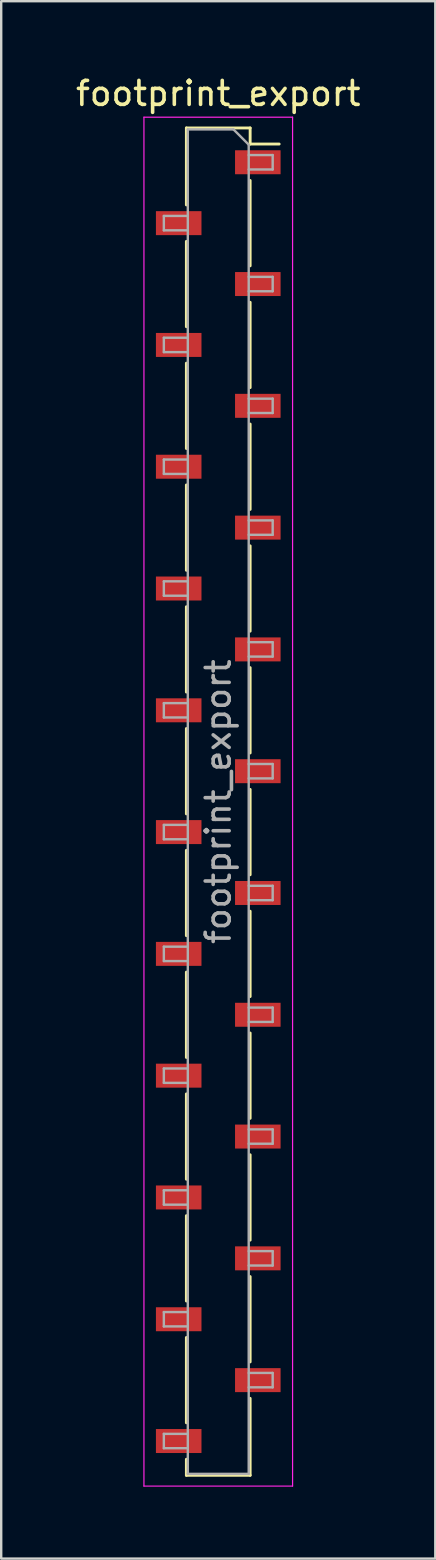
<source format=kicad_pcb>
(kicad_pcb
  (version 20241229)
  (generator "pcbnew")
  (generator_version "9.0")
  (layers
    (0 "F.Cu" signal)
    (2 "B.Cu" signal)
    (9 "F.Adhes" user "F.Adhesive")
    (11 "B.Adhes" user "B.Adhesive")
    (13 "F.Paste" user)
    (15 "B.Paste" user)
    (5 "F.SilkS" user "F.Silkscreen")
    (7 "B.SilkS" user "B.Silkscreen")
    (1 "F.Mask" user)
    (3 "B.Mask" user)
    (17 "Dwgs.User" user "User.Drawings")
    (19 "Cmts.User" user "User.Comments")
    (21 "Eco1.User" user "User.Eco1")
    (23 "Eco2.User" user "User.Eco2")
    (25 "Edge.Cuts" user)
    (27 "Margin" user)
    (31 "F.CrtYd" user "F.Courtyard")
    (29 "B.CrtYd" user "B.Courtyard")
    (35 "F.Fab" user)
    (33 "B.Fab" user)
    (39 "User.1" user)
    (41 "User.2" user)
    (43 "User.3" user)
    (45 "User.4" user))
  (footprint "footprint_export"
    (layer "F.Cu")
    (at 6.054 30.388)
    (property "Reference" "footprint_export" (at 0 -29.54 0) (layer "F.SilkS") (effects (font (size 1 1) (thickness 0.15))))
    (attr smd)
    (fp_line (start -1.33 -28.1) (end -1.33 -24.89) (stroke (width 0.12) (type solid)) (layer "F.SilkS"))
    (fp_line (start -1.33 -28.1) (end 1.33 -28.1) (stroke (width 0.12) (type solid)) (layer "F.SilkS"))
    (fp_line (start -1.33 -23.37) (end -1.33 -19.81) (stroke (width 0.12) (type solid)) (layer "F.SilkS"))
    (fp_line (start -1.33 -18.29) (end -1.33 -14.73) (stroke (width 0.12) (type solid)) (layer "F.SilkS"))
    (fp_line (start -1.33 -13.21) (end -1.33 -9.65) (stroke (width 0.12) (type solid)) (layer "F.SilkS"))
    (fp_line (start -1.33 -8.13) (end -1.33 -4.57) (stroke (width 0.12) (type solid)) (layer "F.SilkS"))
    (fp_line (start -1.33 -3.05) (end -1.33 0.51) (stroke (width 0.12) (type solid)) (layer "F.SilkS"))
    (fp_line (start -1.33 2.03) (end -1.33 5.59) (stroke (width 0.12) (type solid)) (layer "F.SilkS"))
    (fp_line (start -1.33 7.11) (end -1.33 10.67) (stroke (width 0.12) (type solid)) (layer "F.SilkS"))
    (fp_line (start -1.33 12.19) (end -1.33 15.75) (stroke (width 0.12) (type solid)) (layer "F.SilkS"))
    (fp_line (start -1.33 17.27) (end -1.33 20.83) (stroke (width 0.12) (type solid)) (layer "F.SilkS"))
    (fp_line (start -1.33 22.35) (end -1.33 25.91) (stroke (width 0.12) (type solid)) (layer "F.SilkS"))
    (fp_line (start -1.33 27.43) (end -1.33 28.1) (stroke (width 0.12) (type solid)) (layer "F.SilkS"))
    (fp_line (start -1.33 28.1) (end 1.33 28.1) (stroke (width 0.12) (type solid)) (layer "F.SilkS"))
    (fp_line (start 1.33 -28.1) (end 1.33 -27.43) (stroke (width 0.12) (type solid)) (layer "F.SilkS"))
    (fp_line (start 1.33 -27.43) (end 2.54 -27.43) (stroke (width 0.12) (type solid)) (layer "F.SilkS"))
    (fp_line (start 1.33 -25.91) (end 1.33 -22.35) (stroke (width 0.12) (type solid)) (layer "F.SilkS"))
    (fp_line (start 1.33 -20.83) (end 1.33 -17.27) (stroke (width 0.12) (type solid)) (layer "F.SilkS"))
    (fp_line (start 1.33 -15.75) (end 1.33 -12.19) (stroke (width 0.12) (type solid)) (layer "F.SilkS"))
    (fp_line (start 1.33 -10.67) (end 1.33 -7.11) (stroke (width 0.12) (type solid)) (layer "F.SilkS"))
    (fp_line (start 1.33 -5.59) (end 1.33 -2.03) (stroke (width 0.12) (type solid)) (layer "F.SilkS"))
    (fp_line (start 1.33 -0.51) (end 1.33 3.05) (stroke (width 0.12) (type solid)) (layer "F.SilkS"))
    (fp_line (start 1.33 4.57) (end 1.33 8.13) (stroke (width 0.12) (type solid)) (layer "F.SilkS"))
    (fp_line (start 1.33 9.65) (end 1.33 13.21) (stroke (width 0.12) (type solid)) (layer "F.SilkS"))
    (fp_line (start 1.33 14.73) (end 1.33 18.29) (stroke (width 0.12) (type solid)) (layer "F.SilkS"))
    (fp_line (start 1.33 19.81) (end 1.33 23.37) (stroke (width 0.12) (type solid)) (layer "F.SilkS"))
    (fp_line (start 1.33 24.89) (end 1.33 28.1) (stroke (width 0.12) (type solid)) (layer "F.SilkS"))
    (fp_line (start -3.1 -28.55) (end 3.1 -28.55) (stroke (width 0.05) (type solid)) (layer "F.CrtYd"))
    (fp_line (start -3.1 28.55) (end -3.1 -28.55) (stroke (width 0.05) (type solid)) (layer "F.CrtYd"))
    (fp_line (start 3.1 -28.55) (end 3.1 28.55) (stroke (width 0.05) (type solid)) (layer "F.CrtYd"))
    (fp_line (start 3.1 28.55) (end -3.1 28.55) (stroke (width 0.05) (type solid)) (layer "F.CrtYd"))
    (fp_line (start -2.27 -24.43) (end -1.27 -24.43) (stroke (width 0.1) (type solid)) (layer "F.Fab"))
    (fp_line (start -2.27 -23.83) (end -2.27 -24.43) (stroke (width 0.1) (type solid)) (layer "F.Fab"))
    (fp_line (start -2.27 -19.35) (end -1.27 -19.35) (stroke (width 0.1) (type solid)) (layer "F.Fab"))
    (fp_line (start -2.27 -18.75) (end -2.27 -19.35) (stroke (width 0.1) (type solid)) (layer "F.Fab"))
    (fp_line (start -2.27 -14.27) (end -1.27 -14.27) (stroke (width 0.1) (type solid)) (layer "F.Fab"))
    (fp_line (start -2.27 -13.67) (end -2.27 -14.27) (stroke (width 0.1) (type solid)) (layer "F.Fab"))
    (fp_line (start -2.27 -9.19) (end -1.27 -9.19) (stroke (width 0.1) (type solid)) (layer "F.Fab"))
    (fp_line (start -2.27 -8.59) (end -2.27 -9.19) (stroke (width 0.1) (type solid)) (layer "F.Fab"))
    (fp_line (start -2.27 -4.11) (end -1.27 -4.11) (stroke (width 0.1) (type solid)) (layer "F.Fab"))
    (fp_line (start -2.27 -3.51) (end -2.27 -4.11) (stroke (width 0.1) (type solid)) (layer "F.Fab"))
    (fp_line (start -2.27 0.97) (end -1.27 0.97) (stroke (width 0.1) (type solid)) (layer "F.Fab"))
    (fp_line (start -2.27 1.57) (end -2.27 0.97) (stroke (width 0.1) (type solid)) (layer "F.Fab"))
    (fp_line (start -2.27 6.05) (end -1.27 6.05) (stroke (width 0.1) (type solid)) (layer "F.Fab"))
    (fp_line (start -2.27 6.65) (end -2.27 6.05) (stroke (width 0.1) (type solid)) (layer "F.Fab"))
    (fp_line (start -2.27 11.13) (end -1.27 11.13) (stroke (width 0.1) (type solid)) (layer "F.Fab"))
    (fp_line (start -2.27 11.73) (end -2.27 11.13) (stroke (width 0.1) (type solid)) (layer "F.Fab"))
    (fp_line (start -2.27 16.21) (end -1.27 16.21) (stroke (width 0.1) (type solid)) (layer "F.Fab"))
    (fp_line (start -2.27 16.81) (end -2.27 16.21) (stroke (width 0.1) (type solid)) (layer "F.Fab"))
    (fp_line (start -2.27 21.29) (end -1.27 21.29) (stroke (width 0.1) (type solid)) (layer "F.Fab"))
    (fp_line (start -2.27 21.89) (end -2.27 21.29) (stroke (width 0.1) (type solid)) (layer "F.Fab"))
    (fp_line (start -2.27 26.37) (end -1.27 26.37) (stroke (width 0.1) (type solid)) (layer "F.Fab"))
    (fp_line (start -2.27 26.97) (end -2.27 26.37) (stroke (width 0.1) (type solid)) (layer "F.Fab"))
    (fp_line (start -1.27 -28.04) (end 0.635 -28.04) (stroke (width 0.1) (type solid)) (layer "F.Fab"))
    (fp_line (start -1.27 -23.83) (end -2.27 -23.83) (stroke (width 0.1) (type solid)) (layer "F.Fab"))
    (fp_line (start -1.27 -18.75) (end -2.27 -18.75) (stroke (width 0.1) (type solid)) (layer "F.Fab"))
    (fp_line (start -1.27 -13.67) (end -2.27 -13.67) (stroke (width 0.1) (type solid)) (layer "F.Fab"))
    (fp_line (start -1.27 -8.59) (end -2.27 -8.59) (stroke (width 0.1) (type solid)) (layer "F.Fab"))
    (fp_line (start -1.27 -3.51) (end -2.27 -3.51) (stroke (width 0.1) (type solid)) (layer "F.Fab"))
    (fp_line (start -1.27 1.57) (end -2.27 1.57) (stroke (width 0.1) (type solid)) (layer "F.Fab"))
    (fp_line (start -1.27 6.65) (end -2.27 6.65) (stroke (width 0.1) (type solid)) (layer "F.Fab"))
    (fp_line (start -1.27 11.73) (end -2.27 11.73) (stroke (width 0.1) (type solid)) (layer "F.Fab"))
    (fp_line (start -1.27 16.81) (end -2.27 16.81) (stroke (width 0.1) (type solid)) (layer "F.Fab"))
    (fp_line (start -1.27 21.89) (end -2.27 21.89) (stroke (width 0.1) (type solid)) (layer "F.Fab"))
    (fp_line (start -1.27 26.97) (end -2.27 26.97) (stroke (width 0.1) (type solid)) (layer "F.Fab"))
    (fp_line (start -1.27 28.04) (end -1.27 -28.04) (stroke (width 0.1) (type solid)) (layer "F.Fab"))
    (fp_line (start 0.635 -28.04) (end 1.27 -27.405) (stroke (width 0.1) (type solid)) (layer "F.Fab"))
    (fp_line (start 1.27 -27.405) (end 1.27 28.04) (stroke (width 0.1) (type solid)) (layer "F.Fab"))
    (fp_line (start 1.27 -26.97) (end 2.27 -26.97) (stroke (width 0.1) (type solid)) (layer "F.Fab"))
    (fp_line (start 1.27 -21.89) (end 2.27 -21.89) (stroke (width 0.1) (type solid)) (layer "F.Fab"))
    (fp_line (start 1.27 -16.81) (end 2.27 -16.81) (stroke (width 0.1) (type solid)) (layer "F.Fab"))
    (fp_line (start 1.27 -11.73) (end 2.27 -11.73) (stroke (width 0.1) (type solid)) (layer "F.Fab"))
    (fp_line (start 1.27 -6.65) (end 2.27 -6.65) (stroke (width 0.1) (type solid)) (layer "F.Fab"))
    (fp_line (start 1.27 -1.57) (end 2.27 -1.57) (stroke (width 0.1) (type solid)) (layer "F.Fab"))
    (fp_line (start 1.27 3.51) (end 2.27 3.51) (stroke (width 0.1) (type solid)) (layer "F.Fab"))
    (fp_line (start 1.27 8.59) (end 2.27 8.59) (stroke (width 0.1) (type solid)) (layer "F.Fab"))
    (fp_line (start 1.27 13.67) (end 2.27 13.67) (stroke (width 0.1) (type solid)) (layer "F.Fab"))
    (fp_line (start 1.27 18.75) (end 2.27 18.75) (stroke (width 0.1) (type solid)) (layer "F.Fab"))
    (fp_line (start 1.27 23.83) (end 2.27 23.83) (stroke (width 0.1) (type solid)) (layer "F.Fab"))
    (fp_line (start 1.27 28.04) (end -1.27 28.04) (stroke (width 0.1) (type solid)) (layer "F.Fab"))
    (fp_line (start 2.27 -26.97) (end 2.27 -26.37) (stroke (width 0.1) (type solid)) (layer "F.Fab"))
    (fp_line (start 2.27 -26.37) (end 1.27 -26.37) (stroke (width 0.1) (type solid)) (layer "F.Fab"))
    (fp_line (start 2.27 -21.89) (end 2.27 -21.29) (stroke (width 0.1) (type solid)) (layer "F.Fab"))
    (fp_line (start 2.27 -21.29) (end 1.27 -21.29) (stroke (width 0.1) (type solid)) (layer "F.Fab"))
    (fp_line (start 2.27 -16.81) (end 2.27 -16.21) (stroke (width 0.1) (type solid)) (layer "F.Fab"))
    (fp_line (start 2.27 -16.21) (end 1.27 -16.21) (stroke (width 0.1) (type solid)) (layer "F.Fab"))
    (fp_line (start 2.27 -11.73) (end 2.27 -11.13) (stroke (width 0.1) (type solid)) (layer "F.Fab"))
    (fp_line (start 2.27 -11.13) (end 1.27 -11.13) (stroke (width 0.1) (type solid)) (layer "F.Fab"))
    (fp_line (start 2.27 -6.65) (end 2.27 -6.05) (stroke (width 0.1) (type solid)) (layer "F.Fab"))
    (fp_line (start 2.27 -6.05) (end 1.27 -6.05) (stroke (width 0.1) (type solid)) (layer "F.Fab"))
    (fp_line (start 2.27 -1.57) (end 2.27 -0.97) (stroke (width 0.1) (type solid)) (layer "F.Fab"))
    (fp_line (start 2.27 -0.97) (end 1.27 -0.97) (stroke (width 0.1) (type solid)) (layer "F.Fab"))
    (fp_line (start 2.27 3.51) (end 2.27 4.11) (stroke (width 0.1) (type solid)) (layer "F.Fab"))
    (fp_line (start 2.27 4.11) (end 1.27 4.11) (stroke (width 0.1) (type solid)) (layer "F.Fab"))
    (fp_line (start 2.27 8.59) (end 2.27 9.19) (stroke (width 0.1) (type solid)) (layer "F.Fab"))
    (fp_line (start 2.27 9.19) (end 1.27 9.19) (stroke (width 0.1) (type solid)) (layer "F.Fab"))
    (fp_line (start 2.27 13.67) (end 2.27 14.27) (stroke (width 0.1) (type solid)) (layer "F.Fab"))
    (fp_line (start 2.27 14.27) (end 1.27 14.27) (stroke (width 0.1) (type solid)) (layer "F.Fab"))
    (fp_line (start 2.27 18.75) (end 2.27 19.35) (stroke (width 0.1) (type solid)) (layer "F.Fab"))
    (fp_line (start 2.27 19.35) (end 1.27 19.35) (stroke (width 0.1) (type solid)) (layer "F.Fab"))
    (fp_line (start 2.27 23.83) (end 2.27 24.43) (stroke (width 0.1) (type solid)) (layer "F.Fab"))
    (fp_line (start 2.27 24.43) (end 1.27 24.43) (stroke (width 0.1) (type solid)) (layer "F.Fab"))
    (fp_text user "${REFERENCE}" (at 0 0 90) (layer "F.Fab") (effects (font (size 1 1) (thickness 0.15))))
    (pad "1" smd rect (at 1.65 -26.67) (size 1.9 1) (layers "F.Cu" "F.Mask" "F.Paste"))
    (pad "2" smd rect (at -1.65 -24.13) (size 1.9 1) (layers "F.Cu" "F.Mask" "F.Paste"))
    (pad "3" smd rect (at 1.65 -21.59) (size 1.9 1) (layers "F.Cu" "F.Mask" "F.Paste"))
    (pad "4" smd rect (at -1.65 -19.05) (size 1.9 1) (layers "F.Cu" "F.Mask" "F.Paste"))
    (pad "5" smd rect (at 1.65 -16.51) (size 1.9 1) (layers "F.Cu" "F.Mask" "F.Paste"))
    (pad "6" smd rect (at -1.65 -13.97) (size 1.9 1) (layers "F.Cu" "F.Mask" "F.Paste"))
    (pad "7" smd rect (at 1.65 -11.43) (size 1.9 1) (layers "F.Cu" "F.Mask" "F.Paste"))
    (pad "8" smd rect (at -1.65 -8.89) (size 1.9 1) (layers "F.Cu" "F.Mask" "F.Paste"))
    (pad "9" smd rect (at 1.65 -6.35) (size 1.9 1) (layers "F.Cu" "F.Mask" "F.Paste"))
    (pad "10" smd rect (at -1.65 -3.81) (size 1.9 1) (layers "F.Cu" "F.Mask" "F.Paste"))
    (pad "11" smd rect (at 1.65 -1.27) (size 1.9 1) (layers "F.Cu" "F.Mask" "F.Paste"))
    (pad "12" smd rect (at -1.65 1.27) (size 1.9 1) (layers "F.Cu" "F.Mask" "F.Paste"))
    (pad "13" smd rect (at 1.65 3.81) (size 1.9 1) (layers "F.Cu" "F.Mask" "F.Paste"))
    (pad "14" smd rect (at -1.65 6.35) (size 1.9 1) (layers "F.Cu" "F.Mask" "F.Paste"))
    (pad "15" smd rect (at 1.65 8.89) (size 1.9 1) (layers "F.Cu" "F.Mask" "F.Paste"))
    (pad "16" smd rect (at -1.65 11.43) (size 1.9 1) (layers "F.Cu" "F.Mask" "F.Paste"))
    (pad "17" smd rect (at 1.65 13.97) (size 1.9 1) (layers "F.Cu" "F.Mask" "F.Paste"))
    (pad "18" smd rect (at -1.65 16.51) (size 1.9 1) (layers "F.Cu" "F.Mask" "F.Paste"))
    (pad "19" smd rect (at 1.65 19.05) (size 1.9 1) (layers "F.Cu" "F.Mask" "F.Paste"))
    (pad "20" smd rect (at -1.65 21.59) (size 1.9 1) (layers "F.Cu" "F.Mask" "F.Paste"))
    (pad "21" smd rect (at 1.65 24.13) (size 1.9 1) (layers "F.Cu" "F.Mask" "F.Paste"))
    (pad "22" smd rect (at -1.65 26.67) (size 1.9 1) (layers "F.Cu" "F.Mask" "F.Paste")))
  (gr_rect
    (start -3 -3)
    (end 15.107 61.963)
    (stroke (width 0.1) (type default))
    (fill no)
    (layer "Edge.Cuts")))
</source>
